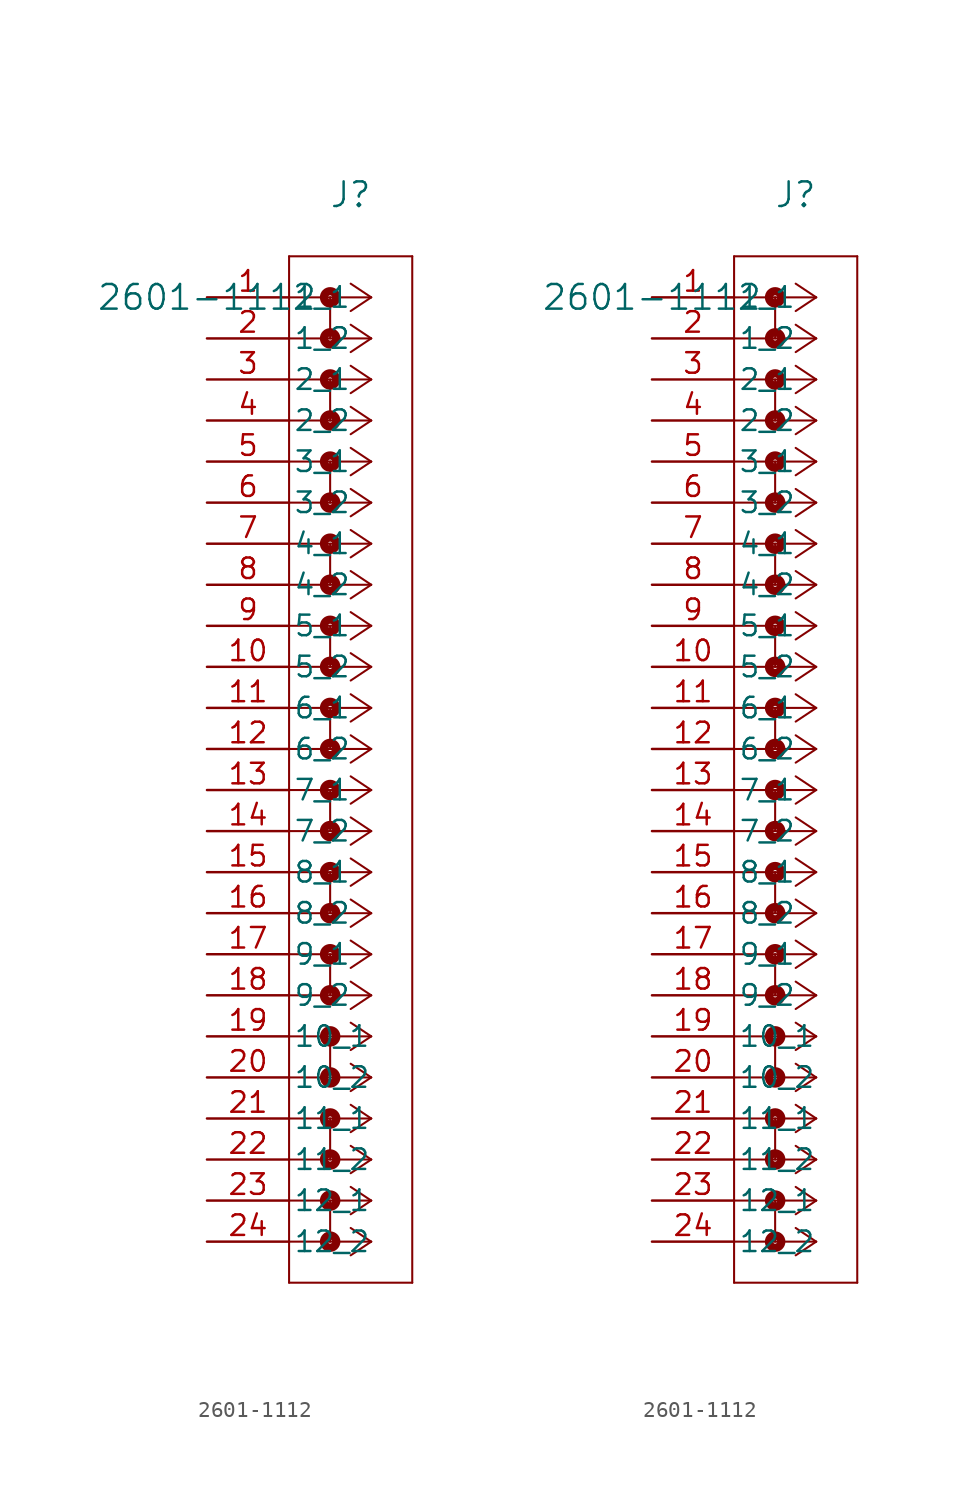
<source format=kicad_sym>
(kicad_symbol_lib
  (version 20211014)
  (generator kicad_symbol_editor)
  (symbol "2601-1112"
    (pin_names
      (offset 0.254))
    (property "Reference" "J"
      (at 8.89 6.35 0)
      (effects (font (size 1.524 1.524))))
    (property "Value" "2601-1112"
      (at 0 0 0)
      (effects (font (size 1.524 1.524))))
    (symbol "2601-1112_1_1"
      (polyline (pts (xy 10.16 0) (xy 5.08 0)) (stroke (width 0.127) (type default) (color 0 0 0 0)) (fill (type none)))
      (polyline (pts (xy 10.16 -2.54) (xy 5.08 -2.54)) (stroke (width 0.127) (type default) (color 0 0 0 0)) (fill (type none)))
      (polyline (pts (xy 10.16 -5.08) (xy 5.08 -5.08)) (stroke (width 0.127) (type default) (color 0 0 0 0)) (fill (type none)))
      (polyline (pts (xy 10.16 -7.62) (xy 5.08 -7.62)) (stroke (width 0.127) (type default) (color 0 0 0 0)) (fill (type none)))
      (polyline (pts (xy 10.16 -10.16) (xy 5.08 -10.16)) (stroke (width 0.127) (type default) (color 0 0 0 0)) (fill (type none)))
      (polyline (pts (xy 10.16 -12.7) (xy 5.08 -12.7)) (stroke (width 0.127) (type default) (color 0 0 0 0)) (fill (type none)))
      (polyline (pts (xy 10.16 -15.24) (xy 5.08 -15.24)) (stroke (width 0.127) (type default) (color 0 0 0 0)) (fill (type none)))
      (polyline (pts (xy 10.16 -17.78) (xy 5.08 -17.78)) (stroke (width 0.127) (type default) (color 0 0 0 0)) (fill (type none)))
      (polyline (pts (xy 10.16 -20.32) (xy 5.08 -20.32)) (stroke (width 0.127) (type default) (color 0 0 0 0)) (fill (type none)))
      (polyline (pts (xy 10.16 -22.86) (xy 5.08 -22.86)) (stroke (width 0.127) (type default) (color 0 0 0 0)) (fill (type none)))
      (polyline (pts (xy 10.16 -25.4) (xy 5.08 -25.4)) (stroke (width 0.127) (type default) (color 0 0 0 0)) (fill (type none)))
      (polyline (pts (xy 10.16 -27.94) (xy 5.08 -27.94)) (stroke (width 0.127) (type default) (color 0 0 0 0)) (fill (type none)))
      (polyline (pts (xy 10.16 -30.48) (xy 5.08 -30.48)) (stroke (width 0.127) (type default) (color 0 0 0 0)) (fill (type none)))
      (polyline (pts (xy 10.16 -33.02) (xy 5.08 -33.02)) (stroke (width 0.127) (type default) (color 0 0 0 0)) (fill (type none)))
      (polyline (pts (xy 10.16 -35.56) (xy 5.08 -35.56)) (stroke (width 0.127) (type default) (color 0 0 0 0)) (fill (type none)))
      (polyline (pts (xy 10.16 -38.1) (xy 5.08 -38.1)) (stroke (width 0.127) (type default) (color 0 0 0 0)) (fill (type none)))
      (polyline (pts (xy 10.16 -40.64) (xy 5.08 -40.64)) (stroke (width 0.127) (type default) (color 0 0 0 0)) (fill (type none)))
      (polyline (pts (xy 10.16 -43.18) (xy 5.08 -43.18)) (stroke (width 0.127) (type default) (color 0 0 0 0)) (fill (type none)))
      (polyline (pts (xy 10.16 -45.72) (xy 5.08 -45.72)) (stroke (width 0.127) (type default) (color 0 0 0 0)) (fill (type none)))
      (polyline (pts (xy 10.16 -48.26) (xy 5.08 -48.26)) (stroke (width 0.127) (type default) (color 0 0 0 0)) (fill (type none)))
      (polyline (pts (xy 10.16 -50.8) (xy 5.08 -50.8)) (stroke (width 0.127) (type default) (color 0 0 0 0)) (fill (type none)))
      (polyline (pts (xy 10.16 -53.34) (xy 5.08 -53.34)) (stroke (width 0.127) (type default) (color 0 0 0 0)) (fill (type none)))
      (polyline (pts (xy 10.16 -55.88) (xy 5.08 -55.88)) (stroke (width 0.127) (type default) (color 0 0 0 0)) (fill (type none)))
      (polyline (pts (xy 10.16 -58.42) (xy 5.08 -58.42)) (stroke (width 0.127) (type default) (color 0 0 0 0)) (fill (type none)))
      (polyline (pts (xy 10.16 0) (xy 8.89 0.847)) (stroke (width 0.127) (type default) (color 0 0 0 0)) (fill (type none)))
      (polyline (pts (xy 10.16 -2.54) (xy 8.89 -1.693)) (stroke (width 0.127) (type default) (color 0 0 0 0)) (fill (type none)))
      (polyline (pts (xy 10.16 -5.08) (xy 8.89 -4.233)) (stroke (width 0.127) (type default) (color 0 0 0 0)) (fill (type none)))
      (polyline (pts (xy 10.16 -7.62) (xy 8.89 -6.773)) (stroke (width 0.127) (type default) (color 0 0 0 0)) (fill (type none)))
      (polyline (pts (xy 10.16 -10.16) (xy 8.89 -9.313)) (stroke (width 0.127) (type default) (color 0 0 0 0)) (fill (type none)))
      (polyline (pts (xy 10.16 -12.7) (xy 8.89 -11.853)) (stroke (width 0.127) (type default) (color 0 0 0 0)) (fill (type none)))
      (polyline (pts (xy 10.16 -15.24) (xy 8.89 -14.393)) (stroke (width 0.127) (type default) (color 0 0 0 0)) (fill (type none)))
      (polyline (pts (xy 10.16 -17.78) (xy 8.89 -16.933)) (stroke (width 0.127) (type default) (color 0 0 0 0)) (fill (type none)))
      (polyline (pts (xy 10.16 -20.32) (xy 8.89 -19.473)) (stroke (width 0.127) (type default) (color 0 0 0 0)) (fill (type none)))
      (polyline (pts (xy 10.16 -22.86) (xy 8.89 -22.013)) (stroke (width 0.127) (type default) (color 0 0 0 0)) (fill (type none)))
      (polyline (pts (xy 10.16 -25.4) (xy 8.89 -24.553)) (stroke (width 0.127) (type default) (color 0 0 0 0)) (fill (type none)))
      (polyline (pts (xy 10.16 -27.94) (xy 8.89 -27.093)) (stroke (width 0.127) (type default) (color 0 0 0 0)) (fill (type none)))
      (polyline (pts (xy 10.16 -30.48) (xy 8.89 -29.633)) (stroke (width 0.127) (type default) (color 0 0 0 0)) (fill (type none)))
      (polyline (pts (xy 10.16 -33.02) (xy 8.89 -32.173)) (stroke (width 0.127) (type default) (color 0 0 0 0)) (fill (type none)))
      (polyline (pts (xy 10.16 -35.56) (xy 8.89 -34.713)) (stroke (width 0.127) (type default) (color 0 0 0 0)) (fill (type none)))
      (polyline (pts (xy 10.16 -38.1) (xy 8.89 -37.253)) (stroke (width 0.127) (type default) (color 0 0 0 0)) (fill (type none)))
      (polyline (pts (xy 10.16 -40.64) (xy 8.89 -39.793)) (stroke (width 0.127) (type default) (color 0 0 0 0)) (fill (type none)))
      (polyline (pts (xy 10.16 -43.18) (xy 8.89 -42.333)) (stroke (width 0.127) (type default) (color 0 0 0 0)) (fill (type none)))
      (polyline (pts (xy 10.16 -45.72) (xy 8.89 -44.873)) (stroke (width 0.127) (type default) (color 0 0 0 0)) (fill (type none)))
      (polyline (pts (xy 10.16 -48.26) (xy 8.89 -47.413)) (stroke (width 0.127) (type default) (color 0 0 0 0)) (fill (type none)))
      (polyline (pts (xy 10.16 -50.8) (xy 8.89 -49.953)) (stroke (width 0.127) (type default) (color 0 0 0 0)) (fill (type none)))
      (polyline (pts (xy 10.16 -53.34) (xy 8.89 -52.493)) (stroke (width 0.127) (type default) (color 0 0 0 0)) (fill (type none)))
      (polyline (pts (xy 10.16 -55.88) (xy 8.89 -55.033)) (stroke (width 0.127) (type default) (color 0 0 0 0)) (fill (type none)))
      (polyline (pts (xy 10.16 -58.42) (xy 8.89 -57.573)) (stroke (width 0.127) (type default) (color 0 0 0 0)) (fill (type none)))
      (polyline (pts (xy 10.16 0) (xy 8.89 -0.847)) (stroke (width 0.127) (type default) (color 0 0 0 0)) (fill (type none)))
      (polyline (pts (xy 10.16 -2.54) (xy 8.89 -3.387)) (stroke (width 0.127) (type default) (color 0 0 0 0)) (fill (type none)))
      (polyline (pts (xy 10.16 -5.08) (xy 8.89 -5.927)) (stroke (width 0.127) (type default) (color 0 0 0 0)) (fill (type none)))
      (polyline (pts (xy 10.16 -7.62) (xy 8.89 -8.467)) (stroke (width 0.127) (type default) (color 0 0 0 0)) (fill (type none)))
      (polyline (pts (xy 10.16 -10.16) (xy 8.89 -11.007)) (stroke (width 0.127) (type default) (color 0 0 0 0)) (fill (type none)))
      (polyline (pts (xy 10.16 -12.7) (xy 8.89 -13.547)) (stroke (width 0.127) (type default) (color 0 0 0 0)) (fill (type none)))
      (polyline (pts (xy 10.16 -15.24) (xy 8.89 -16.087)) (stroke (width 0.127) (type default) (color 0 0 0 0)) (fill (type none)))
      (polyline (pts (xy 10.16 -17.78) (xy 8.89 -18.627)) (stroke (width 0.127) (type default) (color 0 0 0 0)) (fill (type none)))
      (polyline (pts (xy 10.16 -20.32) (xy 8.89 -21.167)) (stroke (width 0.127) (type default) (color 0 0 0 0)) (fill (type none)))
      (polyline (pts (xy 10.16 -22.86) (xy 8.89 -23.707)) (stroke (width 0.127) (type default) (color 0 0 0 0)) (fill (type none)))
      (polyline (pts (xy 10.16 -25.4) (xy 8.89 -26.247)) (stroke (width 0.127) (type default) (color 0 0 0 0)) (fill (type none)))
      (polyline (pts (xy 10.16 -27.94) (xy 8.89 -28.787)) (stroke (width 0.127) (type default) (color 0 0 0 0)) (fill (type none)))
      (polyline (pts (xy 10.16 -30.48) (xy 8.89 -31.327)) (stroke (width 0.127) (type default) (color 0 0 0 0)) (fill (type none)))
      (polyline (pts (xy 10.16 -33.02) (xy 8.89 -33.867)) (stroke (width 0.127) (type default) (color 0 0 0 0)) (fill (type none)))
      (polyline (pts (xy 10.16 -35.56) (xy 8.89 -36.407)) (stroke (width 0.127) (type default) (color 0 0 0 0)) (fill (type none)))
      (polyline (pts (xy 10.16 -38.1) (xy 8.89 -38.947)) (stroke (width 0.127) (type default) (color 0 0 0 0)) (fill (type none)))
      (polyline (pts (xy 10.16 -40.64) (xy 8.89 -41.487)) (stroke (width 0.127) (type default) (color 0 0 0 0)) (fill (type none)))
      (polyline (pts (xy 10.16 -43.18) (xy 8.89 -44.027)) (stroke (width 0.127) (type default) (color 0 0 0 0)) (fill (type none)))
      (polyline (pts (xy 10.16 -45.72) (xy 8.89 -46.567)) (stroke (width 0.127) (type default) (color 0 0 0 0)) (fill (type none)))
      (polyline (pts (xy 10.16 -48.26) (xy 8.89 -49.107)) (stroke (width 0.127) (type default) (color 0 0 0 0)) (fill (type none)))
      (polyline (pts (xy 10.16 -50.8) (xy 8.89 -51.647)) (stroke (width 0.127) (type default) (color 0 0 0 0)) (fill (type none)))
      (polyline (pts (xy 10.16 -53.34) (xy 8.89 -54.187)) (stroke (width 0.127) (type default) (color 0 0 0 0)) (fill (type none)))
      (polyline (pts (xy 10.16 -55.88) (xy 8.89 -56.727)) (stroke (width 0.127) (type default) (color 0 0 0 0)) (fill (type none)))
      (polyline (pts (xy 10.16 -58.42) (xy 8.89 -59.267)) (stroke (width 0.127) (type default) (color 0 0 0 0)) (fill (type none)))
      (polyline (pts (xy 5.08 2.54) (xy 5.08 -60.96)) (stroke (width 0.127) (type default) (color 0 0 0 0)) (fill (type none)))
      (polyline (pts (xy 5.08 -60.96) (xy 12.7 -60.96)) (stroke (width 0.127) (type default) (color 0 0 0 0)) (fill (type none)))
      (polyline (pts (xy 12.7 -60.96) (xy 12.7 2.54)) (stroke (width 0.127) (type default) (color 0 0 0 0)) (fill (type none)))
      (polyline (pts (xy 12.7 2.54) (xy 5.08 2.54)) (stroke (width 0.127) (type default) (color 0 0 0 0)) (fill (type none)))
      (circle (center 7.62 0) (radius 0.127) (stroke (width 0.508) (type default) (color 0 0 0 0)) (fill (type none)))
      (polyline (pts (xy 7.62 0) (xy 7.62 -2.54)) (stroke (width 0.127) (type default) (color 0 0 0 0)) (fill (type none)))
      (circle (center 7.62 -2.54) (radius 0.127) (stroke (width 0.508) (type default) (color 0 0 0 0)) (fill (type none)))
      (circle (center 7.62 -5.08) (radius 0.127) (stroke (width 0.508) (type default) (color 0 0 0 0)) (fill (type none)))
      (polyline (pts (xy 7.62 -5.08) (xy 7.62 -7.62)) (stroke (width 0.127) (type default) (color 0 0 0 0)) (fill (type none)))
      (circle (center 7.62 -7.62) (radius 0.127) (stroke (width 0.508) (type default) (color 0 0 0 0)) (fill (type none)))
      (circle (center 7.62 -10.16) (radius 0.127) (stroke (width 0.508) (type default) (color 0 0 0 0)) (fill (type none)))
      (polyline (pts (xy 7.62 -10.16) (xy 7.62 -12.7)) (stroke (width 0.127) (type default) (color 0 0 0 0)) (fill (type none)))
      (circle (center 7.62 -12.7) (radius 0.127) (stroke (width 0.508) (type default) (color 0 0 0 0)) (fill (type none)))
      (circle (center 7.62 -15.24) (radius 0.127) (stroke (width 0.508) (type default) (color 0 0 0 0)) (fill (type none)))
      (polyline (pts (xy 7.62 -15.24) (xy 7.62 -17.78)) (stroke (width 0.127) (type default) (color 0 0 0 0)) (fill (type none)))
      (circle (center 7.62 -17.78) (radius 0.127) (stroke (width 0.508) (type default) (color 0 0 0 0)) (fill (type none)))
      (circle (center 7.62 -20.32) (radius 0.127) (stroke (width 0.508) (type default) (color 0 0 0 0)) (fill (type none)))
      (polyline (pts (xy 7.62 -20.32) (xy 7.62 -22.86)) (stroke (width 0.127) (type default) (color 0 0 0 0)) (fill (type none)))
      (circle (center 7.62 -22.86) (radius 0.127) (stroke (width 0.508) (type default) (color 0 0 0 0)) (fill (type none)))
      (circle (center 7.62 -25.4) (radius 0.127) (stroke (width 0.508) (type default) (color 0 0 0 0)) (fill (type none)))
      (polyline (pts (xy 7.62 -25.4) (xy 7.62 -27.94)) (stroke (width 0.127) (type default) (color 0 0 0 0)) (fill (type none)))
      (circle (center 7.62 -27.94) (radius 0.127) (stroke (width 0.508) (type default) (color 0 0 0 0)) (fill (type none)))
      (circle (center 7.62 -30.48) (radius 0.127) (stroke (width 0.508) (type default) (color 0 0 0 0)) (fill (type none)))
      (polyline (pts (xy 7.62 -30.48) (xy 7.62 -33.02)) (stroke (width 0.127) (type default) (color 0 0 0 0)) (fill (type none)))
      (circle (center 7.62 -33.02) (radius 0.127) (stroke (width 0.508) (type default) (color 0 0 0 0)) (fill (type none)))
      (circle (center 7.62 -35.56) (radius 0.127) (stroke (width 0.508) (type default) (color 0 0 0 0)) (fill (type none)))
      (polyline (pts (xy 7.62 -35.56) (xy 7.62 -38.1)) (stroke (width 0.127) (type default) (color 0 0 0 0)) (fill (type none)))
      (circle (center 7.62 -38.1) (radius 0.127) (stroke (width 0.508) (type default) (color 0 0 0 0)) (fill (type none)))
      (circle (center 7.62 -40.64) (radius 0.127) (stroke (width 0.508) (type default) (color 0 0 0 0)) (fill (type none)))
      (polyline (pts (xy 7.62 -40.64) (xy 7.62 -43.18)) (stroke (width 0.127) (type default) (color 0 0 0 0)) (fill (type none)))
      (circle (center 7.62 -43.18) (radius 0.127) (stroke (width 0.508) (type default) (color 0 0 0 0)) (fill (type none)))
      (circle (center 7.62 -45.72) (radius 0.127) (stroke (width 0.508) (type default) (color 0 0 0 0)) (fill (type none)))
      (polyline (pts (xy 7.62 -45.72) (xy 7.62 -48.26)) (stroke (width 0.127) (type default) (color 0 0 0 0)) (fill (type none)))
      (circle (center 7.62 -48.26) (radius 0.127) (stroke (width 0.508) (type default) (color 0 0 0 0)) (fill (type none)))
      (circle (center 7.62 -50.8) (radius 0.127) (stroke (width 0.508) (type default) (color 0 0 0 0)) (fill (type none)))
      (polyline (pts (xy 7.62 -50.8) (xy 7.62 -53.34)) (stroke (width 0.127) (type default) (color 0 0 0 0)) (fill (type none)))
      (circle (center 7.62 -53.34) (radius 0.127) (stroke (width 0.508) (type default) (color 0 0 0 0)) (fill (type none)))
      (circle (center 7.62 -55.88) (radius 0.127) (stroke (width 0.508) (type default) (color 0 0 0 0)) (fill (type none)))
      (polyline (pts (xy 7.62 -55.88) (xy 7.62 -58.42)) (stroke (width 0.127) (type default) (color 0 0 0 0)) (fill (type none)))
      (circle (center 7.62 -58.42) (radius 0.127) (stroke (width 0.508) (type default) (color 0 0 0 0)) (fill (type none)))
      (pin unspecified line (at 0 0 0) (length 5.08) (name "1_1" (effects (font (size 1.27 1.27)))) (number "1" (effects (font (size 1.27 1.27)))))
      (pin unspecified line (at 0 -2.54 0) (length 5.08) (name "1_2" (effects (font (size 1.27 1.27)))) (number "2" (effects (font (size 1.27 1.27)))))
      (pin unspecified line (at 0 -5.08 0) (length 5.08) (name "2_1" (effects (font (size 1.27 1.27)))) (number "3" (effects (font (size 1.27 1.27)))))
      (pin unspecified line (at 0 -7.62 0) (length 5.08) (name "2_2" (effects (font (size 1.27 1.27)))) (number "4" (effects (font (size 1.27 1.27)))))
      (pin unspecified line (at 0 -10.16 0) (length 5.08) (name "3_1" (effects (font (size 1.27 1.27)))) (number "5" (effects (font (size 1.27 1.27)))))
      (pin unspecified line (at 0 -12.7 0) (length 5.08) (name "3_2" (effects (font (size 1.27 1.27)))) (number "6" (effects (font (size 1.27 1.27)))))
      (pin unspecified line (at 0 -15.24 0) (length 5.08) (name "4_1" (effects (font (size 1.27 1.27)))) (number "7" (effects (font (size 1.27 1.27)))))
      (pin unspecified line (at 0 -17.78 0) (length 5.08) (name "4_2" (effects (font (size 1.27 1.27)))) (number "8" (effects (font (size 1.27 1.27)))))
      (pin unspecified line (at 0 -20.32 0) (length 5.08) (name "5_1" (effects (font (size 1.27 1.27)))) (number "9" (effects (font (size 1.27 1.27)))))
      (pin unspecified line (at 0 -22.86 0) (length 5.08) (name "5_2" (effects (font (size 1.27 1.27)))) (number "10" (effects (font (size 1.27 1.27)))))
      (pin unspecified line (at 0 -25.4 0) (length 5.08) (name "6_1" (effects (font (size 1.27 1.27)))) (number "11" (effects (font (size 1.27 1.27)))))
      (pin unspecified line (at 0 -27.94 0) (length 5.08) (name "6_2" (effects (font (size 1.27 1.27)))) (number "12" (effects (font (size 1.27 1.27)))))
      (pin unspecified line (at 0 -30.48 0) (length 5.08) (name "7_1" (effects (font (size 1.27 1.27)))) (number "13" (effects (font (size 1.27 1.27)))))
      (pin unspecified line (at 0 -33.02 0) (length 5.08) (name "7_2" (effects (font (size 1.27 1.27)))) (number "14" (effects (font (size 1.27 1.27)))))
      (pin unspecified line (at 0 -35.56 0) (length 5.08) (name "8_1" (effects (font (size 1.27 1.27)))) (number "15" (effects (font (size 1.27 1.27)))))
      (pin unspecified line (at 0 -38.1 0) (length 5.08) (name "8_2" (effects (font (size 1.27 1.27)))) (number "16" (effects (font (size 1.27 1.27)))))
      (pin unspecified line (at 0 -40.64 0) (length 5.08) (name "9_1" (effects (font (size 1.27 1.27)))) (number "17" (effects (font (size 1.27 1.27)))))
      (pin unspecified line (at 0 -43.18 0) (length 5.08) (name "9_2" (effects (font (size 1.27 1.27)))) (number "18" (effects (font (size 1.27 1.27)))))
      (pin unspecified line (at 0 -45.72 0) (length 5.08) (name "10_1" (effects (font (size 1.27 1.27)))) (number "19" (effects (font (size 1.27 1.27)))))
      (pin unspecified line (at 0 -48.26 0) (length 5.08) (name "10_2" (effects (font (size 1.27 1.27)))) (number "20" (effects (font (size 1.27 1.27)))))
      (pin unspecified line (at 0 -50.8 0) (length 5.08) (name "11_1" (effects (font (size 1.27 1.27)))) (number "21" (effects (font (size 1.27 1.27)))))
      (pin unspecified line (at 0 -53.34 0) (length 5.08) (name "11_2" (effects (font (size 1.27 1.27)))) (number "22" (effects (font (size 1.27 1.27)))))
      (pin unspecified line (at 0 -55.88 0) (length 5.08) (name "12_1" (effects (font (size 1.27 1.27)))) (number "23" (effects (font (size 1.27 1.27)))))
      (pin unspecified line (at 0 -58.42 0) (length 5.08) (name "12_2" (effects (font (size 1.27 1.27)))) (number "24" (effects (font (size 1.27 1.27))))))
    (symbol "2601-1112_1_2"
      (polyline (pts (xy 10.16 0) (xy 5.08 0)) (stroke (width 0.127) (type default) (color 0 0 0 0)) (fill (type none)))
      (polyline (pts (xy 10.16 -2.54) (xy 5.08 -2.54)) (stroke (width 0.127) (type default) (color 0 0 0 0)) (fill (type none)))
      (polyline (pts (xy 10.16 -5.08) (xy 5.08 -5.08)) (stroke (width 0.127) (type default) (color 0 0 0 0)) (fill (type none)))
      (polyline (pts (xy 10.16 -7.62) (xy 5.08 -7.62)) (stroke (width 0.127) (type default) (color 0 0 0 0)) (fill (type none)))
      (polyline (pts (xy 10.16 -10.16) (xy 5.08 -10.16)) (stroke (width 0.127) (type default) (color 0 0 0 0)) (fill (type none)))
      (polyline (pts (xy 10.16 -12.7) (xy 5.08 -12.7)) (stroke (width 0.127) (type default) (color 0 0 0 0)) (fill (type none)))
      (polyline (pts (xy 10.16 -15.24) (xy 5.08 -15.24)) (stroke (width 0.127) (type default) (color 0 0 0 0)) (fill (type none)))
      (polyline (pts (xy 10.16 -17.78) (xy 5.08 -17.78)) (stroke (width 0.127) (type default) (color 0 0 0 0)) (fill (type none)))
      (polyline (pts (xy 10.16 -20.32) (xy 5.08 -20.32)) (stroke (width 0.127) (type default) (color 0 0 0 0)) (fill (type none)))
      (polyline (pts (xy 10.16 -22.86) (xy 5.08 -22.86)) (stroke (width 0.127) (type default) (color 0 0 0 0)) (fill (type none)))
      (polyline (pts (xy 10.16 -25.4) (xy 5.08 -25.4)) (stroke (width 0.127) (type default) (color 0 0 0 0)) (fill (type none)))
      (polyline (pts (xy 10.16 -27.94) (xy 5.08 -27.94)) (stroke (width 0.127) (type default) (color 0 0 0 0)) (fill (type none)))
      (polyline (pts (xy 10.16 -30.48) (xy 5.08 -30.48)) (stroke (width 0.127) (type default) (color 0 0 0 0)) (fill (type none)))
      (polyline (pts (xy 10.16 -33.02) (xy 5.08 -33.02)) (stroke (width 0.127) (type default) (color 0 0 0 0)) (fill (type none)))
      (polyline (pts (xy 10.16 -35.56) (xy 5.08 -35.56)) (stroke (width 0.127) (type default) (color 0 0 0 0)) (fill (type none)))
      (polyline (pts (xy 10.16 -38.1) (xy 5.08 -38.1)) (stroke (width 0.127) (type default) (color 0 0 0 0)) (fill (type none)))
      (polyline (pts (xy 10.16 -40.64) (xy 5.08 -40.64)) (stroke (width 0.127) (type default) (color 0 0 0 0)) (fill (type none)))
      (polyline (pts (xy 10.16 -43.18) (xy 5.08 -43.18)) (stroke (width 0.127) (type default) (color 0 0 0 0)) (fill (type none)))
      (polyline (pts (xy 10.16 -45.72) (xy 5.08 -45.72)) (stroke (width 0.127) (type default) (color 0 0 0 0)) (fill (type none)))
      (polyline (pts (xy 10.16 -48.26) (xy 5.08 -48.26)) (stroke (width 0.127) (type default) (color 0 0 0 0)) (fill (type none)))
      (polyline (pts (xy 10.16 -50.8) (xy 5.08 -50.8)) (stroke (width 0.127) (type default) (color 0 0 0 0)) (fill (type none)))
      (polyline (pts (xy 10.16 -53.34) (xy 5.08 -53.34)) (stroke (width 0.127) (type default) (color 0 0 0 0)) (fill (type none)))
      (polyline (pts (xy 10.16 -55.88) (xy 5.08 -55.88)) (stroke (width 0.127) (type default) (color 0 0 0 0)) (fill (type none)))
      (polyline (pts (xy 10.16 -58.42) (xy 5.08 -58.42)) (stroke (width 0.127) (type default) (color 0 0 0 0)) (fill (type none)))
      (polyline (pts (xy 10.16 0) (xy 8.89 0.847)) (stroke (width 0.127) (type default) (color 0 0 0 0)) (fill (type none)))
      (polyline (pts (xy 10.16 -2.54) (xy 8.89 -1.693)) (stroke (width 0.127) (type default) (color 0 0 0 0)) (fill (type none)))
      (polyline (pts (xy 10.16 -5.08) (xy 8.89 -4.233)) (stroke (width 0.127) (type default) (color 0 0 0 0)) (fill (type none)))
      (polyline (pts (xy 10.16 -7.62) (xy 8.89 -6.773)) (stroke (width 0.127) (type default) (color 0 0 0 0)) (fill (type none)))
      (polyline (pts (xy 10.16 -10.16) (xy 8.89 -9.313)) (stroke (width 0.127) (type default) (color 0 0 0 0)) (fill (type none)))
      (polyline (pts (xy 10.16 -12.7) (xy 8.89 -11.853)) (stroke (width 0.127) (type default) (color 0 0 0 0)) (fill (type none)))
      (polyline (pts (xy 10.16 -15.24) (xy 8.89 -14.393)) (stroke (width 0.127) (type default) (color 0 0 0 0)) (fill (type none)))
      (polyline (pts (xy 10.16 -17.78) (xy 8.89 -16.933)) (stroke (width 0.127) (type default) (color 0 0 0 0)) (fill (type none)))
      (polyline (pts (xy 10.16 -20.32) (xy 8.89 -19.473)) (stroke (width 0.127) (type default) (color 0 0 0 0)) (fill (type none)))
      (polyline (pts (xy 10.16 -22.86) (xy 8.89 -22.013)) (stroke (width 0.127) (type default) (color 0 0 0 0)) (fill (type none)))
      (polyline (pts (xy 10.16 -25.4) (xy 8.89 -24.553)) (stroke (width 0.127) (type default) (color 0 0 0 0)) (fill (type none)))
      (polyline (pts (xy 10.16 -27.94) (xy 8.89 -27.093)) (stroke (width 0.127) (type default) (color 0 0 0 0)) (fill (type none)))
      (polyline (pts (xy 10.16 -30.48) (xy 8.89 -29.633)) (stroke (width 0.127) (type default) (color 0 0 0 0)) (fill (type none)))
      (polyline (pts (xy 10.16 -33.02) (xy 8.89 -32.173)) (stroke (width 0.127) (type default) (color 0 0 0 0)) (fill (type none)))
      (polyline (pts (xy 10.16 -35.56) (xy 8.89 -34.713)) (stroke (width 0.127) (type default) (color 0 0 0 0)) (fill (type none)))
      (polyline (pts (xy 10.16 -38.1) (xy 8.89 -37.253)) (stroke (width 0.127) (type default) (color 0 0 0 0)) (fill (type none)))
      (polyline (pts (xy 10.16 -40.64) (xy 8.89 -39.793)) (stroke (width 0.127) (type default) (color 0 0 0 0)) (fill (type none)))
      (polyline (pts (xy 10.16 -43.18) (xy 8.89 -42.333)) (stroke (width 0.127) (type default) (color 0 0 0 0)) (fill (type none)))
      (polyline (pts (xy 10.16 -45.72) (xy 8.89 -44.873)) (stroke (width 0.127) (type default) (color 0 0 0 0)) (fill (type none)))
      (polyline (pts (xy 10.16 -48.26) (xy 8.89 -47.413)) (stroke (width 0.127) (type default) (color 0 0 0 0)) (fill (type none)))
      (polyline (pts (xy 10.16 -50.8) (xy 8.89 -49.953)) (stroke (width 0.127) (type default) (color 0 0 0 0)) (fill (type none)))
      (polyline (pts (xy 10.16 -53.34) (xy 8.89 -52.493)) (stroke (width 0.127) (type default) (color 0 0 0 0)) (fill (type none)))
      (polyline (pts (xy 10.16 -55.88) (xy 8.89 -55.033)) (stroke (width 0.127) (type default) (color 0 0 0 0)) (fill (type none)))
      (polyline (pts (xy 10.16 -58.42) (xy 8.89 -57.573)) (stroke (width 0.127) (type default) (color 0 0 0 0)) (fill (type none)))
      (polyline (pts (xy 10.16 0) (xy 8.89 -0.847)) (stroke (width 0.127) (type default) (color 0 0 0 0)) (fill (type none)))
      (polyline (pts (xy 10.16 -2.54) (xy 8.89 -3.387)) (stroke (width 0.127) (type default) (color 0 0 0 0)) (fill (type none)))
      (polyline (pts (xy 10.16 -5.08) (xy 8.89 -5.927)) (stroke (width 0.127) (type default) (color 0 0 0 0)) (fill (type none)))
      (polyline (pts (xy 10.16 -7.62) (xy 8.89 -8.467)) (stroke (width 0.127) (type default) (color 0 0 0 0)) (fill (type none)))
      (polyline (pts (xy 10.16 -10.16) (xy 8.89 -11.007)) (stroke (width 0.127) (type default) (color 0 0 0 0)) (fill (type none)))
      (polyline (pts (xy 10.16 -12.7) (xy 8.89 -13.547)) (stroke (width 0.127) (type default) (color 0 0 0 0)) (fill (type none)))
      (polyline (pts (xy 10.16 -15.24) (xy 8.89 -16.087)) (stroke (width 0.127) (type default) (color 0 0 0 0)) (fill (type none)))
      (polyline (pts (xy 10.16 -17.78) (xy 8.89 -18.627)) (stroke (width 0.127) (type default) (color 0 0 0 0)) (fill (type none)))
      (polyline (pts (xy 10.16 -20.32) (xy 8.89 -21.167)) (stroke (width 0.127) (type default) (color 0 0 0 0)) (fill (type none)))
      (polyline (pts (xy 10.16 -22.86) (xy 8.89 -23.707)) (stroke (width 0.127) (type default) (color 0 0 0 0)) (fill (type none)))
      (polyline (pts (xy 10.16 -25.4) (xy 8.89 -26.247)) (stroke (width 0.127) (type default) (color 0 0 0 0)) (fill (type none)))
      (polyline (pts (xy 10.16 -27.94) (xy 8.89 -28.787)) (stroke (width 0.127) (type default) (color 0 0 0 0)) (fill (type none)))
      (polyline (pts (xy 10.16 -30.48) (xy 8.89 -31.327)) (stroke (width 0.127) (type default) (color 0 0 0 0)) (fill (type none)))
      (polyline (pts (xy 10.16 -33.02) (xy 8.89 -33.867)) (stroke (width 0.127) (type default) (color 0 0 0 0)) (fill (type none)))
      (polyline (pts (xy 10.16 -35.56) (xy 8.89 -36.407)) (stroke (width 0.127) (type default) (color 0 0 0 0)) (fill (type none)))
      (polyline (pts (xy 10.16 -38.1) (xy 8.89 -38.947)) (stroke (width 0.127) (type default) (color 0 0 0 0)) (fill (type none)))
      (polyline (pts (xy 10.16 -40.64) (xy 8.89 -41.487)) (stroke (width 0.127) (type default) (color 0 0 0 0)) (fill (type none)))
      (polyline (pts (xy 10.16 -43.18) (xy 8.89 -44.027)) (stroke (width 0.127) (type default) (color 0 0 0 0)) (fill (type none)))
      (polyline (pts (xy 10.16 -45.72) (xy 8.89 -46.567)) (stroke (width 0.127) (type default) (color 0 0 0 0)) (fill (type none)))
      (polyline (pts (xy 10.16 -48.26) (xy 8.89 -49.107)) (stroke (width 0.127) (type default) (color 0 0 0 0)) (fill (type none)))
      (polyline (pts (xy 10.16 -50.8) (xy 8.89 -51.647)) (stroke (width 0.127) (type default) (color 0 0 0 0)) (fill (type none)))
      (polyline (pts (xy 10.16 -53.34) (xy 8.89 -54.187)) (stroke (width 0.127) (type default) (color 0 0 0 0)) (fill (type none)))
      (polyline (pts (xy 10.16 -55.88) (xy 8.89 -56.727)) (stroke (width 0.127) (type default) (color 0 0 0 0)) (fill (type none)))
      (polyline (pts (xy 10.16 -58.42) (xy 8.89 -59.267)) (stroke (width 0.127) (type default) (color 0 0 0 0)) (fill (type none)))
      (polyline (pts (xy 5.08 2.54) (xy 5.08 -60.96)) (stroke (width 0.127) (type default) (color 0 0 0 0)) (fill (type none)))
      (polyline (pts (xy 5.08 -60.96) (xy 12.7 -60.96)) (stroke (width 0.127) (type default) (color 0 0 0 0)) (fill (type none)))
      (polyline (pts (xy 12.7 -60.96) (xy 12.7 2.54)) (stroke (width 0.127) (type default) (color 0 0 0 0)) (fill (type none)))
      (polyline (pts (xy 12.7 2.54) (xy 5.08 2.54)) (stroke (width 0.127) (type default) (color 0 0 0 0)) (fill (type none)))
      (circle (center 7.62 0) (radius 0.127) (stroke (width 0.508) (type default) (color 0 0 0 0)) (fill (type none)))
      (polyline (pts (xy 7.62 0) (xy 7.62 -2.54)) (stroke (width 0.127) (type default) (color 0 0 0 0)) (fill (type none)))
      (circle (center 7.62 -2.54) (radius 0.127) (stroke (width 0.508) (type default) (color 0 0 0 0)) (fill (type none)))
      (circle (center 7.62 -5.08) (radius 0.127) (stroke (width 0.508) (type default) (color 0 0 0 0)) (fill (type none)))
      (polyline (pts (xy 7.62 -5.08) (xy 7.62 -7.62)) (stroke (width 0.127) (type default) (color 0 0 0 0)) (fill (type none)))
      (circle (center 7.62 -7.62) (radius 0.127) (stroke (width 0.508) (type default) (color 0 0 0 0)) (fill (type none)))
      (circle (center 7.62 -10.16) (radius 0.127) (stroke (width 0.508) (type default) (color 0 0 0 0)) (fill (type none)))
      (polyline (pts (xy 7.62 -10.16) (xy 7.62 -12.7)) (stroke (width 0.127) (type default) (color 0 0 0 0)) (fill (type none)))
      (circle (center 7.62 -12.7) (radius 0.127) (stroke (width 0.508) (type default) (color 0 0 0 0)) (fill (type none)))
      (circle (center 7.62 -15.24) (radius 0.127) (stroke (width 0.508) (type default) (color 0 0 0 0)) (fill (type none)))
      (polyline (pts (xy 7.62 -15.24) (xy 7.62 -17.78)) (stroke (width 0.127) (type default) (color 0 0 0 0)) (fill (type none)))
      (circle (center 7.62 -17.78) (radius 0.127) (stroke (width 0.508) (type default) (color 0 0 0 0)) (fill (type none)))
      (circle (center 7.62 -20.32) (radius 0.127) (stroke (width 0.508) (type default) (color 0 0 0 0)) (fill (type none)))
      (polyline (pts (xy 7.62 -20.32) (xy 7.62 -22.86)) (stroke (width 0.127) (type default) (color 0 0 0 0)) (fill (type none)))
      (circle (center 7.62 -22.86) (radius 0.127) (stroke (width 0.508) (type default) (color 0 0 0 0)) (fill (type none)))
      (circle (center 7.62 -25.4) (radius 0.127) (stroke (width 0.508) (type default) (color 0 0 0 0)) (fill (type none)))
      (polyline (pts (xy 7.62 -25.4) (xy 7.62 -27.94)) (stroke (width 0.127) (type default) (color 0 0 0 0)) (fill (type none)))
      (circle (center 7.62 -27.94) (radius 0.127) (stroke (width 0.508) (type default) (color 0 0 0 0)) (fill (type none)))
      (circle (center 7.62 -30.48) (radius 0.127) (stroke (width 0.508) (type default) (color 0 0 0 0)) (fill (type none)))
      (polyline (pts (xy 7.62 -30.48) (xy 7.62 -33.02)) (stroke (width 0.127) (type default) (color 0 0 0 0)) (fill (type none)))
      (circle (center 7.62 -33.02) (radius 0.127) (stroke (width 0.508) (type default) (color 0 0 0 0)) (fill (type none)))
      (circle (center 7.62 -35.56) (radius 0.127) (stroke (width 0.508) (type default) (color 0 0 0 0)) (fill (type none)))
      (polyline (pts (xy 7.62 -35.56) (xy 7.62 -38.1)) (stroke (width 0.127) (type default) (color 0 0 0 0)) (fill (type none)))
      (circle (center 7.62 -38.1) (radius 0.127) (stroke (width 0.508) (type default) (color 0 0 0 0)) (fill (type none)))
      (circle (center 7.62 -40.64) (radius 0.127) (stroke (width 0.508) (type default) (color 0 0 0 0)) (fill (type none)))
      (polyline (pts (xy 7.62 -40.64) (xy 7.62 -43.18)) (stroke (width 0.127) (type default) (color 0 0 0 0)) (fill (type none)))
      (circle (center 7.62 -43.18) (radius 0.127) (stroke (width 0.508) (type default) (color 0 0 0 0)) (fill (type none)))
      (circle (center 7.62 -45.72) (radius 0.127) (stroke (width 0.508) (type default) (color 0 0 0 0)) (fill (type none)))
      (polyline (pts (xy 7.62 -45.72) (xy 7.62 -48.26)) (stroke (width 0.127) (type default) (color 0 0 0 0)) (fill (type none)))
      (circle (center 7.62 -48.26) (radius 0.127) (stroke (width 0.508) (type default) (color 0 0 0 0)) (fill (type none)))
      (circle (center 7.62 -50.8) (radius 0.127) (stroke (width 0.508) (type default) (color 0 0 0 0)) (fill (type none)))
      (polyline (pts (xy 7.62 -50.8) (xy 7.62 -53.34)) (stroke (width 0.127) (type default) (color 0 0 0 0)) (fill (type none)))
      (circle (center 7.62 -53.34) (radius 0.127) (stroke (width 0.508) (type default) (color 0 0 0 0)) (fill (type none)))
      (circle (center 7.62 -55.88) (radius 0.127) (stroke (width 0.508) (type default) (color 0 0 0 0)) (fill (type none)))
      (polyline (pts (xy 7.62 -55.88) (xy 7.62 -58.42)) (stroke (width 0.127) (type default) (color 0 0 0 0)) (fill (type none)))
      (circle (center 7.62 -58.42) (radius 0.127) (stroke (width 0.508) (type default) (color 0 0 0 0)) (fill (type none)))
      (pin unspecified line (at 0 0 0) (length 5.08) (name "1_1" (effects (font (size 1.27 1.27)))) (number "1" (effects (font (size 1.27 1.27)))))
      (pin unspecified line (at 0 -2.54 0) (length 5.08) (name "1_2" (effects (font (size 1.27 1.27)))) (number "2" (effects (font (size 1.27 1.27)))))
      (pin unspecified line (at 0 -5.08 0) (length 5.08) (name "2_1" (effects (font (size 1.27 1.27)))) (number "3" (effects (font (size 1.27 1.27)))))
      (pin unspecified line (at 0 -7.62 0) (length 5.08) (name "2_2" (effects (font (size 1.27 1.27)))) (number "4" (effects (font (size 1.27 1.27)))))
      (pin unspecified line (at 0 -10.16 0) (length 5.08) (name "3_1" (effects (font (size 1.27 1.27)))) (number "5" (effects (font (size 1.27 1.27)))))
      (pin unspecified line (at 0 -12.7 0) (length 5.08) (name "3_2" (effects (font (size 1.27 1.27)))) (number "6" (effects (font (size 1.27 1.27)))))
      (pin unspecified line (at 0 -15.24 0) (length 5.08) (name "4_1" (effects (font (size 1.27 1.27)))) (number "7" (effects (font (size 1.27 1.27)))))
      (pin unspecified line (at 0 -17.78 0) (length 5.08) (name "4_2" (effects (font (size 1.27 1.27)))) (number "8" (effects (font (size 1.27 1.27)))))
      (pin unspecified line (at 0 -20.32 0) (length 5.08) (name "5_1" (effects (font (size 1.27 1.27)))) (number "9" (effects (font (size 1.27 1.27)))))
      (pin unspecified line (at 0 -22.86 0) (length 5.08) (name "5_2" (effects (font (size 1.27 1.27)))) (number "10" (effects (font (size 1.27 1.27)))))
      (pin unspecified line (at 0 -25.4 0) (length 5.08) (name "6_1" (effects (font (size 1.27 1.27)))) (number "11" (effects (font (size 1.27 1.27)))))
      (pin unspecified line (at 0 -27.94 0) (length 5.08) (name "6_2" (effects (font (size 1.27 1.27)))) (number "12" (effects (font (size 1.27 1.27)))))
      (pin unspecified line (at 0 -30.48 0) (length 5.08) (name "7_1" (effects (font (size 1.27 1.27)))) (number "13" (effects (font (size 1.27 1.27)))))
      (pin unspecified line (at 0 -33.02 0) (length 5.08) (name "7_2" (effects (font (size 1.27 1.27)))) (number "14" (effects (font (size 1.27 1.27)))))
      (pin unspecified line (at 0 -35.56 0) (length 5.08) (name "8_1" (effects (font (size 1.27 1.27)))) (number "15" (effects (font (size 1.27 1.27)))))
      (pin unspecified line (at 0 -38.1 0) (length 5.08) (name "8_2" (effects (font (size 1.27 1.27)))) (number "16" (effects (font (size 1.27 1.27)))))
      (pin unspecified line (at 0 -40.64 0) (length 5.08) (name "9_1" (effects (font (size 1.27 1.27)))) (number "17" (effects (font (size 1.27 1.27)))))
      (pin unspecified line (at 0 -43.18 0) (length 5.08) (name "9_2" (effects (font (size 1.27 1.27)))) (number "18" (effects (font (size 1.27 1.27)))))
      (pin unspecified line (at 0 -45.72 0) (length 5.08) (name "10_1" (effects (font (size 1.27 1.27)))) (number "19" (effects (font (size 1.27 1.27)))))
      (pin unspecified line (at 0 -48.26 0) (length 5.08) (name "10_2" (effects (font (size 1.27 1.27)))) (number "20" (effects (font (size 1.27 1.27)))))
      (pin unspecified line (at 0 -50.8 0) (length 5.08) (name "11_1" (effects (font (size 1.27 1.27)))) (number "21" (effects (font (size 1.27 1.27)))))
      (pin unspecified line (at 0 -53.34 0) (length 5.08) (name "11_2" (effects (font (size 1.27 1.27)))) (number "22" (effects (font (size 1.27 1.27)))))
      (pin unspecified line (at 0 -55.88 0) (length 5.08) (name "12_1" (effects (font (size 1.27 1.27)))) (number "23" (effects (font (size 1.27 1.27)))))
      (pin unspecified line (at 0 -58.42 0) (length 5.08) (name "12_2" (effects (font (size 1.27 1.27)))) (number "24" (effects (font (size 1.27 1.27))))))))
</source>
